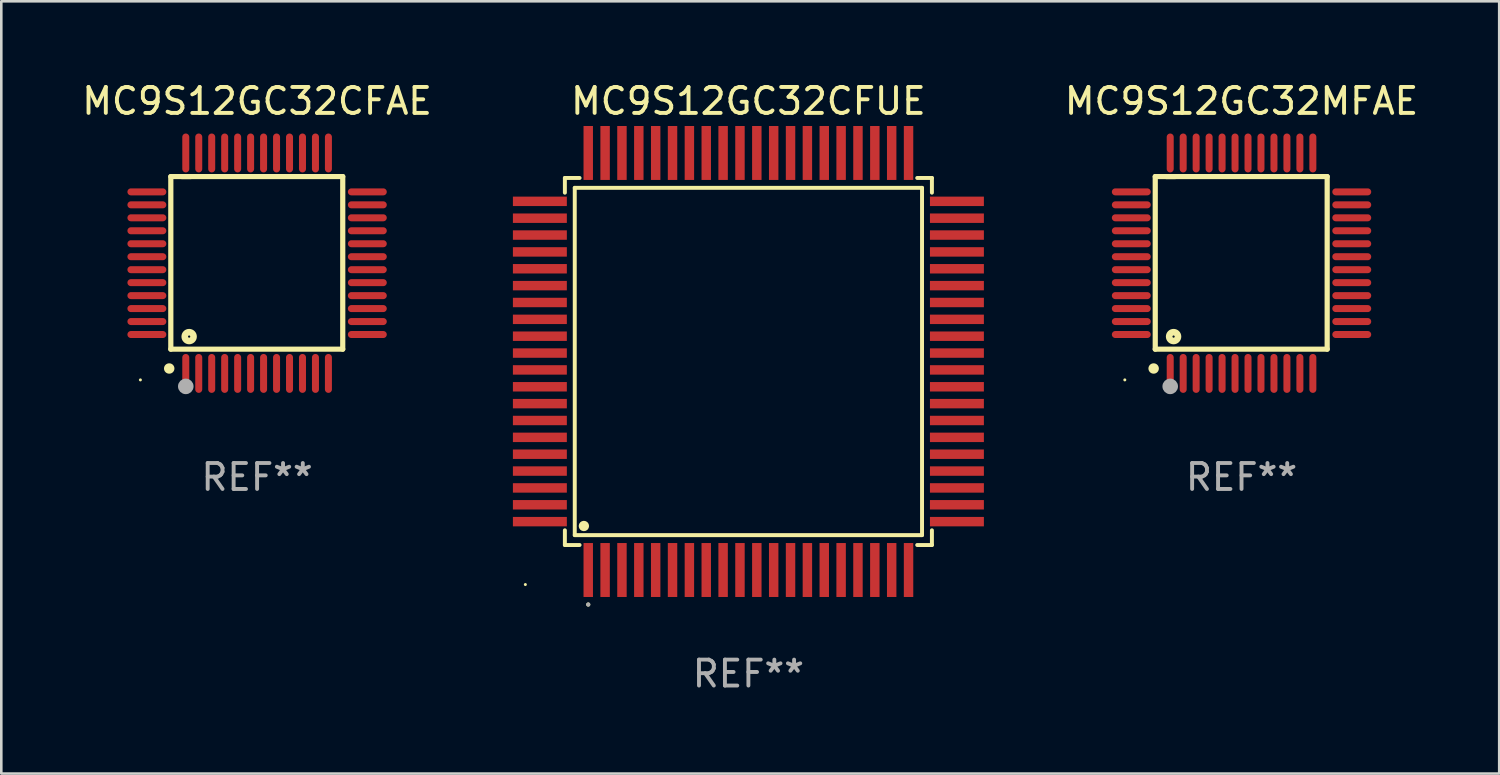
<source format=kicad_pcb>
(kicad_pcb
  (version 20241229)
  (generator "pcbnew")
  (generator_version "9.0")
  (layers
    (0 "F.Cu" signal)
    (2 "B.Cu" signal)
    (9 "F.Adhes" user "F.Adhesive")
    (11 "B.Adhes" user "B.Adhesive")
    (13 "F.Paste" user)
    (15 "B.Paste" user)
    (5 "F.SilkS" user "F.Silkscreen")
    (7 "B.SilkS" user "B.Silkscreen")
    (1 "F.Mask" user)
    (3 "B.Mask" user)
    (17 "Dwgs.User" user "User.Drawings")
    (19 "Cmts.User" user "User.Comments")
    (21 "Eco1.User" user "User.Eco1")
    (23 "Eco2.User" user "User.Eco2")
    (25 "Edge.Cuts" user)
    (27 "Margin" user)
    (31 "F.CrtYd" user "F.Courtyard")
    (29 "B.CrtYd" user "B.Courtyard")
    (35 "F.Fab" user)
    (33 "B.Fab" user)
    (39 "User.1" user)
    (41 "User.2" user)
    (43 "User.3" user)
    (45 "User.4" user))
  (footprint "MC9S12GC32MFAE"
    (layer "F.Cu")
    (at 44.82 7.098)
    (property "Reference" "MC9S12GC32MFAE" (at 0 -6.25 0) (layer "F.SilkS") (effects (font (size 1 1) (thickness 0.15))))
    (attr through_hole)
    (fp_line (start -3.327 -3.34) (end -2.565 -3.34) (stroke (width 0.2) (type solid)) (layer "F.SilkS"))
    (fp_line (start -3.327 3.315) (end -3.327 -3.34) (stroke (width 0.2) (type solid)) (layer "F.SilkS"))
    (fp_line (start -2.896 -3.34) (end 3.302 -3.34) (stroke (width 0.2) (type solid)) (layer "F.SilkS"))
    (fp_line (start 3.302 -3.34) (end 3.302 3.315) (stroke (width 0.2) (type solid)) (layer "F.SilkS"))
    (fp_line (start 3.302 3.315) (end -3.327 3.315) (stroke (width 0.2) (type solid)) (layer "F.SilkS"))
    (fp_arc (start -3.389992 4.059995) (mid -3.388722 4.059991) (end -3.387452 4.059995) (stroke (width 0.4) (type solid)) (layer "F.SilkS"))
    (fp_circle (center -4.5 4.5) (end -4.47 4.5) (stroke (width 0.06) (type solid)) (fill no) (layer "F.SilkS"))
    (fp_circle (center -2.62 2.83) (end -2.45 2.83) (stroke (width 0.254) (type solid)) (fill no) (layer "F.SilkS"))
    (fp_circle (center -2.75 4.75) (end -2.6 4.75) (stroke (width 0.3) (type solid)) (fill no) (layer "F.Fab"))
    (fp_text user "REF**" (at 0 8.25 0) (layer "F.Fab") (effects (font (size 1 1) (thickness 0.15))))
    (pad "1" smd oval (at -2.75 4.25) (size 0.27 1.5) (layers "F.Cu" "F.Mask" "F.Paste"))
    (pad "2" smd oval (at -2.25 4.25) (size 0.27 1.5) (layers "F.Cu" "F.Mask" "F.Paste"))
    (pad "3" smd oval (at -1.75 4.25) (size 0.27 1.5) (layers "F.Cu" "F.Mask" "F.Paste"))
    (pad "4" smd oval (at -1.25 4.25) (size 0.27 1.5) (layers "F.Cu" "F.Mask" "F.Paste"))
    (pad "5" smd oval (at -0.75 4.25) (size 0.27 1.5) (layers "F.Cu" "F.Mask" "F.Paste"))
    (pad "6" smd oval (at -0.25 4.25) (size 0.27 1.5) (layers "F.Cu" "F.Mask" "F.Paste"))
    (pad "7" smd oval (at 0.25 4.25) (size 0.27 1.5) (layers "F.Cu" "F.Mask" "F.Paste"))
    (pad "8" smd oval (at 0.75 4.25) (size 0.27 1.5) (layers "F.Cu" "F.Mask" "F.Paste"))
    (pad "9" smd oval (at 1.25 4.25) (size 0.27 1.5) (layers "F.Cu" "F.Mask" "F.Paste"))
    (pad "10" smd oval (at 1.75 4.25) (size 0.27 1.5) (layers "F.Cu" "F.Mask" "F.Paste"))
    (pad "11" smd oval (at 2.25 4.25) (size 0.27 1.5) (layers "F.Cu" "F.Mask" "F.Paste"))
    (pad "12" smd oval (at 2.75 4.25) (size 0.27 1.5) (layers "F.Cu" "F.Mask" "F.Paste"))
    (pad "13" smd oval (at 4.25 2.75) (size 1.5 0.27) (layers "F.Cu" "F.Mask" "F.Paste"))
    (pad "14" smd oval (at 4.25 2.25) (size 1.5 0.27) (layers "F.Cu" "F.Mask" "F.Paste"))
    (pad "15" smd oval (at 4.25 1.75) (size 1.5 0.27) (layers "F.Cu" "F.Mask" "F.Paste"))
    (pad "16" smd oval (at 4.25 1.25) (size 1.5 0.27) (layers "F.Cu" "F.Mask" "F.Paste"))
    (pad "17" smd oval (at 4.25 0.75) (size 1.5 0.27) (layers "F.Cu" "F.Mask" "F.Paste"))
    (pad "18" smd oval (at 4.25 0.25) (size 1.5 0.27) (layers "F.Cu" "F.Mask" "F.Paste"))
    (pad "19" smd oval (at 4.25 -0.25) (size 1.5 0.27) (layers "F.Cu" "F.Mask" "F.Paste"))
    (pad "20" smd oval (at 4.25 -0.75) (size 1.5 0.27) (layers "F.Cu" "F.Mask" "F.Paste"))
    (pad "21" smd oval (at 4.25 -1.25) (size 1.5 0.27) (layers "F.Cu" "F.Mask" "F.Paste"))
    (pad "22" smd oval (at 4.25 -1.75) (size 1.5 0.27) (layers "F.Cu" "F.Mask" "F.Paste"))
    (pad "23" smd oval (at 4.25 -2.25) (size 1.5 0.27) (layers "F.Cu" "F.Mask" "F.Paste"))
    (pad "24" smd oval (at 4.25 -2.75) (size 1.5 0.27) (layers "F.Cu" "F.Mask" "F.Paste"))
    (pad "25" smd oval (at 2.75 -4.25) (size 0.27 1.5) (layers "F.Cu" "F.Mask" "F.Paste"))
    (pad "26" smd oval (at 2.25 -4.25) (size 0.27 1.5) (layers "F.Cu" "F.Mask" "F.Paste"))
    (pad "27" smd oval (at 1.75 -4.25) (size 0.27 1.5) (layers "F.Cu" "F.Mask" "F.Paste"))
    (pad "28" smd oval (at 1.25 -4.25) (size 0.27 1.5) (layers "F.Cu" "F.Mask" "F.Paste"))
    (pad "29" smd oval (at 0.75 -4.25) (size 0.27 1.5) (layers "F.Cu" "F.Mask" "F.Paste"))
    (pad "30" smd oval (at 0.25 -4.25) (size 0.27 1.5) (layers "F.Cu" "F.Mask" "F.Paste"))
    (pad "31" smd oval (at -0.25 -4.25) (size 0.27 1.5) (layers "F.Cu" "F.Mask" "F.Paste"))
    (pad "32" smd oval (at -0.75 -4.25) (size 0.27 1.5) (layers "F.Cu" "F.Mask" "F.Paste"))
    (pad "33" smd oval (at -1.25 -4.25) (size 0.27 1.5) (layers "F.Cu" "F.Mask" "F.Paste"))
    (pad "34" smd oval (at -1.75 -4.25) (size 0.27 1.5) (layers "F.Cu" "F.Mask" "F.Paste"))
    (pad "35" smd oval (at -2.25 -4.25) (size 0.27 1.5) (layers "F.Cu" "F.Mask" "F.Paste"))
    (pad "36" smd oval (at -2.75 -4.25) (size 0.27 1.5) (layers "F.Cu" "F.Mask" "F.Paste"))
    (pad "37" smd oval (at -4.25 -2.75) (size 1.5 0.27) (layers "F.Cu" "F.Mask" "F.Paste"))
    (pad "38" smd oval (at -4.25 -2.25) (size 1.5 0.27) (layers "F.Cu" "F.Mask" "F.Paste"))
    (pad "39" smd oval (at -4.25 -1.75) (size 1.5 0.27) (layers "F.Cu" "F.Mask" "F.Paste"))
    (pad "40" smd oval (at -4.25 -1.25) (size 1.5 0.27) (layers "F.Cu" "F.Mask" "F.Paste"))
    (pad "41" smd oval (at -4.25 -0.75) (size 1.5 0.27) (layers "F.Cu" "F.Mask" "F.Paste"))
    (pad "42" smd oval (at -4.25 -0.25) (size 1.5 0.27) (layers "F.Cu" "F.Mask" "F.Paste"))
    (pad "43" smd oval (at -4.25 0.25) (size 1.5 0.27) (layers "F.Cu" "F.Mask" "F.Paste"))
    (pad "44" smd oval (at -4.25 0.75) (size 1.5 0.27) (layers "F.Cu" "F.Mask" "F.Paste"))
    (pad "45" smd oval (at -4.25 1.25) (size 1.5 0.27) (layers "F.Cu" "F.Mask" "F.Paste"))
    (pad "46" smd oval (at -4.25 1.75) (size 1.5 0.27) (layers "F.Cu" "F.Mask" "F.Paste"))
    (pad "47" smd oval (at -4.25 2.25) (size 1.5 0.27) (layers "F.Cu" "F.Mask" "F.Paste"))
    (pad "48" smd oval (at -4.25 2.75) (size 1.5 0.27) (layers "F.Cu" "F.Mask" "F.Paste")))
  (footprint "MC9S12GC32CFUE"
    (layer "F.Cu")
    (at 25.806 10.888)
    (property "Reference" "MC9S12GC32CFUE" (at 0 -10.04 0) (layer "F.SilkS") (effects (font (size 1 1) (thickness 0.15))))
    (attr through_hole)
    (fp_line (start -7.076 -7.076) (end -7.076 -6.509) (stroke (width 0.152) (type solid)) (layer "F.SilkS"))
    (fp_line (start -7.076 7.076) (end -7.076 6.509) (stroke (width 0.152) (type solid)) (layer "F.SilkS"))
    (fp_line (start -6.695 -6.695) (end 6.695 -6.695) (stroke (width 0.152) (type solid)) (layer "F.SilkS"))
    (fp_line (start -6.695 6.695) (end -6.695 -6.695) (stroke (width 0.152) (type solid)) (layer "F.SilkS"))
    (fp_line (start -6.509 -7.076) (end -7.076 -7.076) (stroke (width 0.152) (type solid)) (layer "F.SilkS"))
    (fp_line (start -6.509 7.076) (end -7.076 7.076) (stroke (width 0.152) (type solid)) (layer "F.SilkS"))
    (fp_line (start 6.509 -7.076) (end 7.076 -7.076) (stroke (width 0.152) (type solid)) (layer "F.SilkS"))
    (fp_line (start 6.509 7.076) (end 7.076 7.076) (stroke (width 0.152) (type solid)) (layer "F.SilkS"))
    (fp_line (start 6.695 -6.695) (end 6.695 6.695) (stroke (width 0.152) (type solid)) (layer "F.SilkS"))
    (fp_line (start 6.695 6.695) (end -6.695 6.695) (stroke (width 0.152) (type solid)) (layer "F.SilkS"))
    (fp_line (start 7.076 -7.076) (end 7.076 -6.509) (stroke (width 0.152) (type solid)) (layer "F.SilkS"))
    (fp_line (start 7.076 7.076) (end 7.076 6.509) (stroke (width 0.152) (type solid)) (layer "F.SilkS"))
    (fp_circle (center -8.6 8.6) (end -8.57 8.6) (stroke (width 0.06) (type solid)) (fill no) (layer "F.SilkS"))
    (fp_circle (center -6.343 6.343) (end -6.243 6.343) (stroke (width 0.2) (type solid)) (fill no) (layer "F.SilkS"))
    (fp_circle (center -6.175 9.371) (end -6.135 9.371) (stroke (width 0.08) (type solid)) (fill no) (layer "F.SilkS"))
    (fp_circle (center -6.175 9.371) (end -6.135 9.371) (stroke (width 0.08) (type solid)) (fill no) (layer "F.Fab"))
    (fp_text user "REF**" (at 0 12.04 0) (layer "F.Fab") (effects (font (size 1 1) (thickness 0.15))))
    (pad "1" smd rect (at -6.175 8.04) (size 0.364 2.08) (layers "F.Cu" "F.Mask" "F.Paste"))
    (pad "2" smd rect (at -5.525 8.04) (size 0.364 2.08) (layers "F.Cu" "F.Mask" "F.Paste"))
    (pad "3" smd rect (at -4.875 8.04) (size 0.364 2.08) (layers "F.Cu" "F.Mask" "F.Paste"))
    (pad "4" smd rect (at -4.225 8.04) (size 0.364 2.08) (layers "F.Cu" "F.Mask" "F.Paste"))
    (pad "5" smd rect (at -3.575 8.04) (size 0.364 2.08) (layers "F.Cu" "F.Mask" "F.Paste"))
    (pad "6" smd rect (at -2.925 8.04) (size 0.364 2.08) (layers "F.Cu" "F.Mask" "F.Paste"))
    (pad "7" smd rect (at -2.275 8.04) (size 0.364 2.08) (layers "F.Cu" "F.Mask" "F.Paste"))
    (pad "8" smd rect (at -1.625 8.04) (size 0.364 2.08) (layers "F.Cu" "F.Mask" "F.Paste"))
    (pad "9" smd rect (at -0.975 8.04) (size 0.364 2.08) (layers "F.Cu" "F.Mask" "F.Paste"))
    (pad "10" smd rect (at -0.325 8.04) (size 0.364 2.08) (layers "F.Cu" "F.Mask" "F.Paste"))
    (pad "11" smd rect (at 0.325 8.04) (size 0.364 2.08) (layers "F.Cu" "F.Mask" "F.Paste"))
    (pad "12" smd rect (at 0.975 8.04) (size 0.364 2.08) (layers "F.Cu" "F.Mask" "F.Paste"))
    (pad "13" smd rect (at 1.625 8.04) (size 0.364 2.08) (layers "F.Cu" "F.Mask" "F.Paste"))
    (pad "14" smd rect (at 2.275 8.04) (size 0.364 2.08) (layers "F.Cu" "F.Mask" "F.Paste"))
    (pad "15" smd rect (at 2.925 8.04) (size 0.364 2.08) (layers "F.Cu" "F.Mask" "F.Paste"))
    (pad "16" smd rect (at 3.575 8.04) (size 0.364 2.08) (layers "F.Cu" "F.Mask" "F.Paste"))
    (pad "17" smd rect (at 4.225 8.04) (size 0.364 2.08) (layers "F.Cu" "F.Mask" "F.Paste"))
    (pad "18" smd rect (at 4.875 8.04) (size 0.364 2.08) (layers "F.Cu" "F.Mask" "F.Paste"))
    (pad "19" smd rect (at 5.525 8.04) (size 0.364 2.08) (layers "F.Cu" "F.Mask" "F.Paste"))
    (pad "20" smd rect (at 6.175 8.04) (size 0.364 2.08) (layers "F.Cu" "F.Mask" "F.Paste"))
    (pad "21" smd rect (at 8.04 6.175) (size 2.08 0.364) (layers "F.Cu" "F.Mask" "F.Paste"))
    (pad "22" smd rect (at 8.04 5.525) (size 2.08 0.364) (layers "F.Cu" "F.Mask" "F.Paste"))
    (pad "23" smd rect (at 8.04 4.875) (size 2.08 0.364) (layers "F.Cu" "F.Mask" "F.Paste"))
    (pad "24" smd rect (at 8.04 4.225) (size 2.08 0.364) (layers "F.Cu" "F.Mask" "F.Paste"))
    (pad "25" smd rect (at 8.04 3.575) (size 2.08 0.364) (layers "F.Cu" "F.Mask" "F.Paste"))
    (pad "26" smd rect (at 8.04 2.925) (size 2.08 0.364) (layers "F.Cu" "F.Mask" "F.Paste"))
    (pad "27" smd rect (at 8.04 2.275) (size 2.08 0.364) (layers "F.Cu" "F.Mask" "F.Paste"))
    (pad "28" smd rect (at 8.04 1.625) (size 2.08 0.364) (layers "F.Cu" "F.Mask" "F.Paste"))
    (pad "29" smd rect (at 8.04 0.975) (size 2.08 0.364) (layers "F.Cu" "F.Mask" "F.Paste"))
    (pad "30" smd rect (at 8.04 0.325) (size 2.08 0.364) (layers "F.Cu" "F.Mask" "F.Paste"))
    (pad "31" smd rect (at 8.04 -0.325) (size 2.08 0.364) (layers "F.Cu" "F.Mask" "F.Paste"))
    (pad "32" smd rect (at 8.04 -0.975) (size 2.08 0.364) (layers "F.Cu" "F.Mask" "F.Paste"))
    (pad "33" smd rect (at 8.04 -1.625) (size 2.08 0.364) (layers "F.Cu" "F.Mask" "F.Paste"))
    (pad "34" smd rect (at 8.04 -2.275) (size 2.08 0.364) (layers "F.Cu" "F.Mask" "F.Paste"))
    (pad "35" smd rect (at 8.04 -2.925) (size 2.08 0.364) (layers "F.Cu" "F.Mask" "F.Paste"))
    (pad "36" smd rect (at 8.04 -3.575) (size 2.08 0.364) (layers "F.Cu" "F.Mask" "F.Paste"))
    (pad "37" smd rect (at 8.04 -4.225) (size 2.08 0.364) (layers "F.Cu" "F.Mask" "F.Paste"))
    (pad "38" smd rect (at 8.04 -4.875) (size 2.08 0.364) (layers "F.Cu" "F.Mask" "F.Paste"))
    (pad "39" smd rect (at 8.04 -5.525) (size 2.08 0.364) (layers "F.Cu" "F.Mask" "F.Paste"))
    (pad "40" smd rect (at 8.04 -6.175) (size 2.08 0.364) (layers "F.Cu" "F.Mask" "F.Paste"))
    (pad "41" smd rect (at 6.175 -8.04) (size 0.364 2.08) (layers "F.Cu" "F.Mask" "F.Paste"))
    (pad "42" smd rect (at 5.525 -8.04) (size 0.364 2.08) (layers "F.Cu" "F.Mask" "F.Paste"))
    (pad "43" smd rect (at 4.875 -8.04) (size 0.364 2.08) (layers "F.Cu" "F.Mask" "F.Paste"))
    (pad "44" smd rect (at 4.225 -8.04) (size 0.364 2.08) (layers "F.Cu" "F.Mask" "F.Paste"))
    (pad "45" smd rect (at 3.575 -8.04) (size 0.364 2.08) (layers "F.Cu" "F.Mask" "F.Paste"))
    (pad "46" smd rect (at 2.925 -8.04) (size 0.364 2.08) (layers "F.Cu" "F.Mask" "F.Paste"))
    (pad "47" smd rect (at 2.275 -8.04) (size 0.364 2.08) (layers "F.Cu" "F.Mask" "F.Paste"))
    (pad "48" smd rect (at 1.625 -8.04) (size 0.364 2.08) (layers "F.Cu" "F.Mask" "F.Paste"))
    (pad "49" smd rect (at 0.975 -8.04) (size 0.364 2.08) (layers "F.Cu" "F.Mask" "F.Paste"))
    (pad "50" smd rect (at 0.325 -8.04) (size 0.364 2.08) (layers "F.Cu" "F.Mask" "F.Paste"))
    (pad "51" smd rect (at -0.325 -8.04) (size 0.364 2.08) (layers "F.Cu" "F.Mask" "F.Paste"))
    (pad "52" smd rect (at -0.975 -8.04) (size 0.364 2.08) (layers "F.Cu" "F.Mask" "F.Paste"))
    (pad "53" smd rect (at -1.625 -8.04) (size 0.364 2.08) (layers "F.Cu" "F.Mask" "F.Paste"))
    (pad "54" smd rect (at -2.275 -8.04) (size 0.364 2.08) (layers "F.Cu" "F.Mask" "F.Paste"))
    (pad "55" smd rect (at -2.925 -8.04) (size 0.364 2.08) (layers "F.Cu" "F.Mask" "F.Paste"))
    (pad "56" smd rect (at -3.575 -8.04) (size 0.364 2.08) (layers "F.Cu" "F.Mask" "F.Paste"))
    (pad "57" smd rect (at -4.225 -8.04) (size 0.364 2.08) (layers "F.Cu" "F.Mask" "F.Paste"))
    (pad "58" smd rect (at -4.875 -8.04) (size 0.364 2.08) (layers "F.Cu" "F.Mask" "F.Paste"))
    (pad "59" smd rect (at -5.525 -8.04) (size 0.364 2.08) (layers "F.Cu" "F.Mask" "F.Paste"))
    (pad "60" smd rect (at -6.175 -8.04) (size 0.364 2.08) (layers "F.Cu" "F.Mask" "F.Paste"))
    (pad "61" smd rect (at -8.04 -6.175) (size 2.08 0.364) (layers "F.Cu" "F.Mask" "F.Paste"))
    (pad "62" smd rect (at -8.04 -5.525) (size 2.08 0.364) (layers "F.Cu" "F.Mask" "F.Paste"))
    (pad "63" smd rect (at -8.04 -4.875) (size 2.08 0.364) (layers "F.Cu" "F.Mask" "F.Paste"))
    (pad "64" smd rect (at -8.04 -4.225) (size 2.08 0.364) (layers "F.Cu" "F.Mask" "F.Paste"))
    (pad "65" smd rect (at -8.04 -3.575) (size 2.08 0.364) (layers "F.Cu" "F.Mask" "F.Paste"))
    (pad "66" smd rect (at -8.04 -2.925) (size 2.08 0.364) (layers "F.Cu" "F.Mask" "F.Paste"))
    (pad "67" smd rect (at -8.04 -2.275) (size 2.08 0.364) (layers "F.Cu" "F.Mask" "F.Paste"))
    (pad "68" smd rect (at -8.04 -1.625) (size 2.08 0.364) (layers "F.Cu" "F.Mask" "F.Paste"))
    (pad "69" smd rect (at -8.04 -0.975) (size 2.08 0.364) (layers "F.Cu" "F.Mask" "F.Paste"))
    (pad "70" smd rect (at -8.04 -0.325) (size 2.08 0.364) (layers "F.Cu" "F.Mask" "F.Paste"))
    (pad "71" smd rect (at -8.04 0.325) (size 2.08 0.364) (layers "F.Cu" "F.Mask" "F.Paste"))
    (pad "72" smd rect (at -8.04 0.975) (size 2.08 0.364) (layers "F.Cu" "F.Mask" "F.Paste"))
    (pad "73" smd rect (at -8.04 1.625) (size 2.08 0.364) (layers "F.Cu" "F.Mask" "F.Paste"))
    (pad "74" smd rect (at -8.04 2.275) (size 2.08 0.364) (layers "F.Cu" "F.Mask" "F.Paste"))
    (pad "75" smd rect (at -8.04 2.925) (size 2.08 0.364) (layers "F.Cu" "F.Mask" "F.Paste"))
    (pad "76" smd rect (at -8.04 3.575) (size 2.08 0.364) (layers "F.Cu" "F.Mask" "F.Paste"))
    (pad "77" smd rect (at -8.04 4.225) (size 2.08 0.364) (layers "F.Cu" "F.Mask" "F.Paste"))
    (pad "78" smd rect (at -8.04 4.875) (size 2.08 0.364) (layers "F.Cu" "F.Mask" "F.Paste"))
    (pad "79" smd rect (at -8.04 5.525) (size 2.08 0.364) (layers "F.Cu" "F.Mask" "F.Paste"))
    (pad "80" smd rect (at -8.04 6.175) (size 2.08 0.364) (layers "F.Cu" "F.Mask" "F.Paste")))
  (footprint "MC9S12GC32CFAE"
    (layer "F.Cu")
    (at 6.863 7.098)
    (property "Reference" "MC9S12GC32CFAE" (at 0 -6.25 0) (layer "F.SilkS") (effects (font (size 1 1) (thickness 0.15))))
    (attr through_hole)
    (fp_line (start -3.327 -3.34) (end -2.565 -3.34) (stroke (width 0.2) (type solid)) (layer "F.SilkS"))
    (fp_line (start -3.327 3.315) (end -3.327 -3.34) (stroke (width 0.2) (type solid)) (layer "F.SilkS"))
    (fp_line (start -2.896 -3.34) (end 3.302 -3.34) (stroke (width 0.2) (type solid)) (layer "F.SilkS"))
    (fp_line (start 3.302 -3.34) (end 3.302 3.315) (stroke (width 0.2) (type solid)) (layer "F.SilkS"))
    (fp_line (start 3.302 3.315) (end -3.327 3.315) (stroke (width 0.2) (type solid)) (layer "F.SilkS"))
    (fp_arc (start -3.389992 4.059995) (mid -3.388722 4.059991) (end -3.387452 4.059995) (stroke (width 0.4) (type solid)) (layer "F.SilkS"))
    (fp_circle (center -4.5 4.5) (end -4.47 4.5) (stroke (width 0.06) (type solid)) (fill no) (layer "F.SilkS"))
    (fp_circle (center -2.62 2.83) (end -2.45 2.83) (stroke (width 0.254) (type solid)) (fill no) (layer "F.SilkS"))
    (fp_circle (center -2.75 4.75) (end -2.6 4.75) (stroke (width 0.3) (type solid)) (fill no) (layer "F.Fab"))
    (fp_text user "REF**" (at 0 8.25 0) (layer "F.Fab") (effects (font (size 1 1) (thickness 0.15))))
    (pad "1" smd oval (at -2.75 4.25) (size 0.27 1.5) (layers "F.Cu" "F.Mask" "F.Paste"))
    (pad "2" smd oval (at -2.25 4.25) (size 0.27 1.5) (layers "F.Cu" "F.Mask" "F.Paste"))
    (pad "3" smd oval (at -1.75 4.25) (size 0.27 1.5) (layers "F.Cu" "F.Mask" "F.Paste"))
    (pad "4" smd oval (at -1.25 4.25) (size 0.27 1.5) (layers "F.Cu" "F.Mask" "F.Paste"))
    (pad "5" smd oval (at -0.75 4.25) (size 0.27 1.5) (layers "F.Cu" "F.Mask" "F.Paste"))
    (pad "6" smd oval (at -0.25 4.25) (size 0.27 1.5) (layers "F.Cu" "F.Mask" "F.Paste"))
    (pad "7" smd oval (at 0.25 4.25) (size 0.27 1.5) (layers "F.Cu" "F.Mask" "F.Paste"))
    (pad "8" smd oval (at 0.75 4.25) (size 0.27 1.5) (layers "F.Cu" "F.Mask" "F.Paste"))
    (pad "9" smd oval (at 1.25 4.25) (size 0.27 1.5) (layers "F.Cu" "F.Mask" "F.Paste"))
    (pad "10" smd oval (at 1.75 4.25) (size 0.27 1.5) (layers "F.Cu" "F.Mask" "F.Paste"))
    (pad "11" smd oval (at 2.25 4.25) (size 0.27 1.5) (layers "F.Cu" "F.Mask" "F.Paste"))
    (pad "12" smd oval (at 2.75 4.25) (size 0.27 1.5) (layers "F.Cu" "F.Mask" "F.Paste"))
    (pad "13" smd oval (at 4.25 2.75) (size 1.5 0.27) (layers "F.Cu" "F.Mask" "F.Paste"))
    (pad "14" smd oval (at 4.25 2.25) (size 1.5 0.27) (layers "F.Cu" "F.Mask" "F.Paste"))
    (pad "15" smd oval (at 4.25 1.75) (size 1.5 0.27) (layers "F.Cu" "F.Mask" "F.Paste"))
    (pad "16" smd oval (at 4.25 1.25) (size 1.5 0.27) (layers "F.Cu" "F.Mask" "F.Paste"))
    (pad "17" smd oval (at 4.25 0.75) (size 1.5 0.27) (layers "F.Cu" "F.Mask" "F.Paste"))
    (pad "18" smd oval (at 4.25 0.25) (size 1.5 0.27) (layers "F.Cu" "F.Mask" "F.Paste"))
    (pad "19" smd oval (at 4.25 -0.25) (size 1.5 0.27) (layers "F.Cu" "F.Mask" "F.Paste"))
    (pad "20" smd oval (at 4.25 -0.75) (size 1.5 0.27) (layers "F.Cu" "F.Mask" "F.Paste"))
    (pad "21" smd oval (at 4.25 -1.25) (size 1.5 0.27) (layers "F.Cu" "F.Mask" "F.Paste"))
    (pad "22" smd oval (at 4.25 -1.75) (size 1.5 0.27) (layers "F.Cu" "F.Mask" "F.Paste"))
    (pad "23" smd oval (at 4.25 -2.25) (size 1.5 0.27) (layers "F.Cu" "F.Mask" "F.Paste"))
    (pad "24" smd oval (at 4.25 -2.75) (size 1.5 0.27) (layers "F.Cu" "F.Mask" "F.Paste"))
    (pad "25" smd oval (at 2.75 -4.25) (size 0.27 1.5) (layers "F.Cu" "F.Mask" "F.Paste"))
    (pad "26" smd oval (at 2.25 -4.25) (size 0.27 1.5) (layers "F.Cu" "F.Mask" "F.Paste"))
    (pad "27" smd oval (at 1.75 -4.25) (size 0.27 1.5) (layers "F.Cu" "F.Mask" "F.Paste"))
    (pad "28" smd oval (at 1.25 -4.25) (size 0.27 1.5) (layers "F.Cu" "F.Mask" "F.Paste"))
    (pad "29" smd oval (at 0.75 -4.25) (size 0.27 1.5) (layers "F.Cu" "F.Mask" "F.Paste"))
    (pad "30" smd oval (at 0.25 -4.25) (size 0.27 1.5) (layers "F.Cu" "F.Mask" "F.Paste"))
    (pad "31" smd oval (at -0.25 -4.25) (size 0.27 1.5) (layers "F.Cu" "F.Mask" "F.Paste"))
    (pad "32" smd oval (at -0.75 -4.25) (size 0.27 1.5) (layers "F.Cu" "F.Mask" "F.Paste"))
    (pad "33" smd oval (at -1.25 -4.25) (size 0.27 1.5) (layers "F.Cu" "F.Mask" "F.Paste"))
    (pad "34" smd oval (at -1.75 -4.25) (size 0.27 1.5) (layers "F.Cu" "F.Mask" "F.Paste"))
    (pad "35" smd oval (at -2.25 -4.25) (size 0.27 1.5) (layers "F.Cu" "F.Mask" "F.Paste"))
    (pad "36" smd oval (at -2.75 -4.25) (size 0.27 1.5) (layers "F.Cu" "F.Mask" "F.Paste"))
    (pad "37" smd oval (at -4.25 -2.75) (size 1.5 0.27) (layers "F.Cu" "F.Mask" "F.Paste"))
    (pad "38" smd oval (at -4.25 -2.25) (size 1.5 0.27) (layers "F.Cu" "F.Mask" "F.Paste"))
    (pad "39" smd oval (at -4.25 -1.75) (size 1.5 0.27) (layers "F.Cu" "F.Mask" "F.Paste"))
    (pad "40" smd oval (at -4.25 -1.25) (size 1.5 0.27) (layers "F.Cu" "F.Mask" "F.Paste"))
    (pad "41" smd oval (at -4.25 -0.75) (size 1.5 0.27) (layers "F.Cu" "F.Mask" "F.Paste"))
    (pad "42" smd oval (at -4.25 -0.25) (size 1.5 0.27) (layers "F.Cu" "F.Mask" "F.Paste"))
    (pad "43" smd oval (at -4.25 0.25) (size 1.5 0.27) (layers "F.Cu" "F.Mask" "F.Paste"))
    (pad "44" smd oval (at -4.25 0.75) (size 1.5 0.27) (layers "F.Cu" "F.Mask" "F.Paste"))
    (pad "45" smd oval (at -4.25 1.25) (size 1.5 0.27) (layers "F.Cu" "F.Mask" "F.Paste"))
    (pad "46" smd oval (at -4.25 1.75) (size 1.5 0.27) (layers "F.Cu" "F.Mask" "F.Paste"))
    (pad "47" smd oval (at -4.25 2.25) (size 1.5 0.27) (layers "F.Cu" "F.Mask" "F.Paste"))
    (pad "48" smd oval (at -4.25 2.75) (size 1.5 0.27) (layers "F.Cu" "F.Mask" "F.Paste")))
  (gr_rect
    (start -3 -3)
    (end 54.755 26.776)
    (stroke (width 0.1) (type default))
    (fill no)
    (layer "Edge.Cuts")))
</source>
